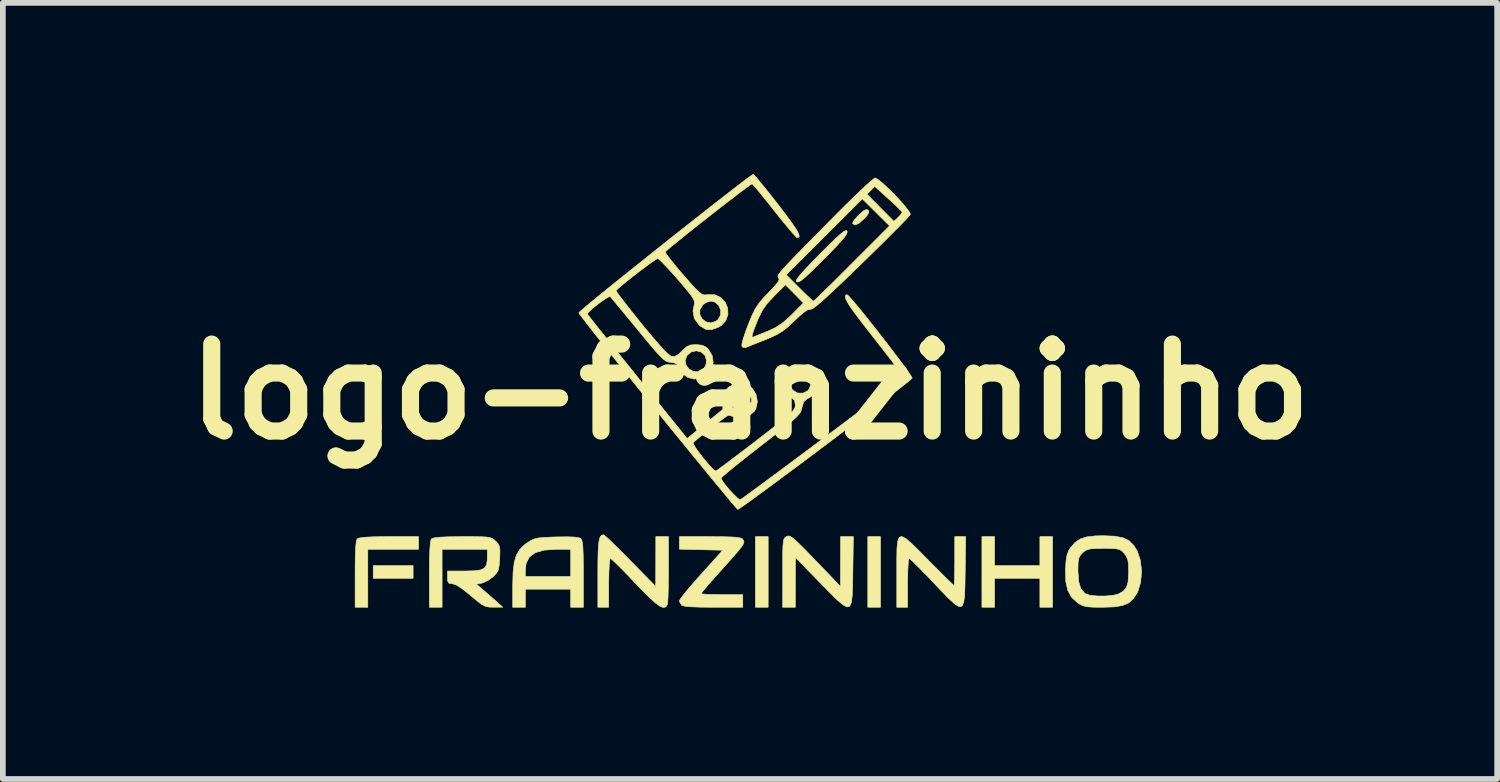
<source format=kicad_pcb>
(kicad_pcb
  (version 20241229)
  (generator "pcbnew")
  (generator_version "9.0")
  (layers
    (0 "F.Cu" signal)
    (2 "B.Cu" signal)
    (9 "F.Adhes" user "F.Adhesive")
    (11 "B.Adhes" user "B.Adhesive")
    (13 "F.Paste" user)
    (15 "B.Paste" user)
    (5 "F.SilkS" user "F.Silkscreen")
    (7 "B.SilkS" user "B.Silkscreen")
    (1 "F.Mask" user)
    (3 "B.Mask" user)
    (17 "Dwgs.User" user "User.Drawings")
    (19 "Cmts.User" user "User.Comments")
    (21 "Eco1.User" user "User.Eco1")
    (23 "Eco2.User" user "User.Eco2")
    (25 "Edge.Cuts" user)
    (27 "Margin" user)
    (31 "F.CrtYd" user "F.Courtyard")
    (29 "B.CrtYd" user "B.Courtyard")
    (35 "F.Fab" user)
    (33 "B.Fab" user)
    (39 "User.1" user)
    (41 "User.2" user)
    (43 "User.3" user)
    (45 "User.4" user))
  (footprint "logo-franzininho"
    (layer "F.Cu")
    (at 10.095 3.815)
    (property "Reference" "logo-franzininho" (at 0 0 0) (layer "F.SilkS") (effects (font (size 1.524 1.524) (thickness 0.3))))
    (attr through_hole)
    (fp_poly (pts (xy -5.905 3.27) (xy -6.604 3.27) (xy -6.604 3.048) (xy -5.905 3.048) (xy -5.905 3.27)) (stroke (width 0.01) (type solid)) (fill yes) (layer "F.SilkS"))
    (fp_poly (pts (xy 0.318 3.778) (xy 0.095 3.778) (xy 0.095 2.54) (xy 0.318 2.54) (xy 0.318 3.778)) (stroke (width 0.01) (type solid)) (fill yes) (layer "F.SilkS"))
    (fp_poly (pts (xy 2.286 3.778) (xy 2.064 3.778) (xy 2.064 2.54) (xy 2.286 2.54) (xy 2.286 3.778)) (stroke (width 0.01) (type solid)) (fill yes) (layer "F.SilkS"))
    (fp_poly (pts (xy 4.286 3.048) (xy 5.08 3.048) (xy 5.08 2.54) (xy 5.302 2.54) (xy 5.302 3.778) (xy 5.08 3.778) (xy 5.08 3.27) (xy 4.286 3.27) (xy 4.286 3.778) (xy 4.064 3.778) (xy 4.064 2.54) (xy 4.286 2.54) (xy 4.286 3.048)) (stroke (width 0.01) (type solid)) (fill yes) (layer "F.SilkS"))
    (fp_poly (pts (xy 2.069 -3.183) (xy 2.07 -3.181) (xy 2.084 -3.147) (xy 2.058 -3.097) (xy 2 -3.032) (xy 1.906 -2.949) (xy 1.839 -2.922) (xy 1.797 -2.948) (xy 1.809 -2.982) (xy 1.856 -3.044) (xy 1.906 -3.097) (xy 1.985 -3.167) (xy 2.035 -3.194) (xy 2.069 -3.183)) (stroke (width 0.01) (type solid)) (fill yes) (layer "F.SilkS"))
    (fp_poly (pts (xy -5.81 2.762) (xy -6.699 2.762) (xy -6.699 3.778) (xy -6.921 3.778) (xy -6.921 3.197) (xy -6.92 2.963) (xy -6.915 2.788) (xy -6.906 2.668) (xy -6.894 2.598) (xy -6.883 2.578) (xy -6.84 2.562) (xy -6.747 2.55) (xy -6.598 2.543) (xy -6.39 2.54) (xy -6.328 2.54) (xy -5.81 2.54) (xy -5.81 2.762)) (stroke (width 0.01) (type solid)) (fill yes) (layer "F.SilkS"))
    (fp_poly (pts (xy 1.7 -2.817) (xy 1.702 -2.813) (xy 1.7 -2.781) (xy 1.671 -2.73) (xy 1.611 -2.656) (xy 1.516 -2.551) (xy 1.38 -2.41) (xy 1.33 -2.36) (xy 1.17 -2.2) (xy 1.047 -2.081) (xy 0.957 -1.998) (xy 0.894 -1.947) (xy 0.852 -1.924) (xy 0.825 -1.924) (xy 0.807 -1.94) (xy 0.822 -1.974) (xy 0.877 -2.045) (xy 0.969 -2.149) (xy 1.091 -2.278) (xy 1.233 -2.423) (xy 1.389 -2.578) (xy 1.506 -2.691) (xy 1.591 -2.767) (xy 1.648 -2.811) (xy 1.682 -2.826) (xy 1.7 -2.817)) (stroke (width 0.01) (type solid)) (fill yes) (layer "F.SilkS"))
    (fp_poly (pts (xy 0.697 2.532) (xy 0.738 2.556) (xy 0.796 2.603) (xy 0.877 2.681) (xy 0.989 2.793) (xy 1.137 2.947) (xy 1.147 2.957) (xy 1.585 3.413) (xy 1.586 2.977) (xy 1.587 2.54) (xy 1.811 2.54) (xy 1.802 3.151) (xy 1.799 3.389) (xy 1.792 3.569) (xy 1.777 3.691) (xy 1.748 3.759) (xy 1.7 3.773) (xy 1.628 3.736) (xy 1.526 3.649) (xy 1.39 3.514) (xy 1.224 3.344) (xy 0.796 2.905) (xy 0.795 3.342) (xy 0.794 3.778) (xy 0.572 3.778) (xy 0.572 3.176) (xy 0.572 2.967) (xy 0.573 2.812) (xy 0.577 2.702) (xy 0.584 2.629) (xy 0.594 2.584) (xy 0.61 2.558) (xy 0.632 2.542) (xy 0.64 2.537) (xy 0.666 2.528) (xy 0.697 2.532)) (stroke (width 0.01) (type solid)) (fill yes) (layer "F.SilkS"))
    (fp_poly (pts (xy -3.068 2.548) (xy -2.989 2.562) (xy -2.967 2.573) (xy -2.95 2.598) (xy -2.938 2.648) (xy -2.929 2.73) (xy -2.924 2.852) (xy -2.922 3.023) (xy -2.921 3.195) (xy -2.921 3.778) (xy -3.143 3.778) (xy -3.143 3.461) (xy -3.937 3.461) (xy -3.937 3.778) (xy -4.159 3.778) (xy -4.159 3.391) (xy -4.153 3.167) (xy -4.147 3.119) (xy -3.937 3.119) (xy -3.937 3.239) (xy -3.143 3.239) (xy -3.143 2.762) (xy -3.399 2.762) (xy -3.608 2.777) (xy -3.763 2.821) (xy -3.868 2.898) (xy -3.924 3.009) (xy -3.937 3.119) (xy -4.147 3.119) (xy -4.133 2.995) (xy -4.094 2.863) (xy -4.032 2.76) (xy -3.945 2.676) (xy -3.896 2.641) (xy -3.836 2.604) (xy -3.776 2.579) (xy -3.704 2.563) (xy -3.603 2.554) (xy -3.459 2.547) (xy -3.39 2.545) (xy -3.2 2.543) (xy -3.068 2.548)) (stroke (width 0.01) (type solid)) (fill yes) (layer "F.SilkS"))
    (fp_poly (pts (xy -0.497 2.541) (xy -0.346 2.545) (xy -0.242 2.551) (xy -0.175 2.562) (xy -0.138 2.577) (xy -0.128 2.586) (xy -0.112 2.61) (xy -0.107 2.635) (xy -0.118 2.67) (xy -0.151 2.721) (xy -0.209 2.794) (xy -0.299 2.898) (xy -0.423 3.037) (xy -0.5 3.123) (xy -0.618 3.255) (xy -0.72 3.371) (xy -0.798 3.462) (xy -0.846 3.521) (xy -0.857 3.538) (xy -0.828 3.545) (xy -0.747 3.551) (xy -0.628 3.555) (xy -0.492 3.556) (xy -0.127 3.556) (xy -0.127 3.778) (xy -0.645 3.778) (xy -0.867 3.776) (xy -1.031 3.77) (xy -1.138 3.76) (xy -1.194 3.745) (xy -1.2 3.74) (xy -1.234 3.685) (xy -1.238 3.662) (xy -1.218 3.627) (xy -1.161 3.553) (xy -1.076 3.449) (xy -0.967 3.323) (xy -0.858 3.2) (xy -0.478 2.778) (xy -1.238 2.76) (xy -1.238 2.54) (xy -0.702 2.54) (xy -0.497 2.541)) (stroke (width 0.01) (type solid)) (fill yes) (layer "F.SilkS"))
    (fp_poly (pts (xy -2.537 2.53) (xy -2.471 2.59) (xy -2.375 2.683) (xy -2.256 2.8) (xy -2.122 2.935) (xy -2.097 2.961) (xy -1.653 3.413) (xy -1.652 2.977) (xy -1.651 2.54) (xy -1.429 2.54) (xy -1.429 3.109) (xy -1.43 3.295) (xy -1.433 3.462) (xy -1.437 3.597) (xy -1.443 3.69) (xy -1.448 3.728) (xy -1.476 3.771) (xy -1.517 3.783) (xy -1.577 3.761) (xy -1.661 3.7) (xy -1.772 3.599) (xy -1.917 3.454) (xy -2.016 3.35) (xy -2.145 3.214) (xy -2.26 3.096) (xy -2.354 3.003) (xy -2.419 2.942) (xy -2.448 2.921) (xy -2.458 2.951) (xy -2.467 3.033) (xy -2.473 3.155) (xy -2.476 3.306) (xy -2.477 3.35) (xy -2.477 3.778) (xy -2.667 3.778) (xy -2.667 3.181) (xy -2.666 2.955) (xy -2.662 2.785) (xy -2.653 2.663) (xy -2.64 2.582) (xy -2.62 2.534) (xy -2.592 2.512) (xy -2.566 2.508) (xy -2.537 2.53)) (stroke (width 0.01) (type solid)) (fill yes) (layer "F.SilkS"))
    (fp_poly (pts (xy 2.732 2.574) (xy 2.833 2.661) (xy 2.97 2.796) (xy 3.118 2.946) (xy 3.255 3.084) (xy 3.375 3.204) (xy 3.473 3.301) (xy 3.542 3.367) (xy 3.574 3.397) (xy 3.576 3.397) (xy 3.58 3.367) (xy 3.584 3.286) (xy 3.586 3.164) (xy 3.588 3.013) (xy 3.588 2.969) (xy 3.588 2.54) (xy 3.78 2.54) (xy 3.771 3.151) (xy 3.767 3.391) (xy 3.761 3.572) (xy 3.745 3.693) (xy 3.716 3.758) (xy 3.668 3.769) (xy 3.595 3.727) (xy 3.493 3.635) (xy 3.355 3.494) (xy 3.22 3.351) (xy 3.091 3.216) (xy 2.975 3.098) (xy 2.881 3.004) (xy 2.816 2.943) (xy 2.788 2.921) (xy 2.788 2.921) (xy 2.778 2.951) (xy 2.771 3.033) (xy 2.765 3.155) (xy 2.762 3.306) (xy 2.762 3.35) (xy 2.762 3.778) (xy 2.572 3.778) (xy 2.572 3.179) (xy 2.572 2.933) (xy 2.575 2.747) (xy 2.588 2.621) (xy 2.615 2.552) (xy 2.661 2.537) (xy 2.732 2.574)) (stroke (width 0.01) (type solid)) (fill yes) (layer "F.SilkS"))
    (fp_poly (pts (xy -4.851 2.54) (xy -4.715 2.542) (xy -4.621 2.547) (xy -4.558 2.557) (xy -4.515 2.573) (xy -4.483 2.596) (xy -4.456 2.621) (xy -4.413 2.67) (xy -4.39 2.72) (xy -4.383 2.791) (xy -4.386 2.903) (xy -4.387 2.927) (xy -4.397 3.048) (xy -4.413 3.126) (xy -4.443 3.182) (xy -4.496 3.236) (xy -4.504 3.243) (xy -4.592 3.307) (xy -4.682 3.35) (xy -4.702 3.355) (xy -4.796 3.374) (xy -4.661 3.489) (xy -4.563 3.573) (xy -4.468 3.656) (xy -4.43 3.69) (xy -4.334 3.776) (xy -4.495 3.777) (xy -4.572 3.775) (xy -4.634 3.763) (xy -4.695 3.733) (xy -4.772 3.676) (xy -4.88 3.587) (xy -4.897 3.572) (xy -5.044 3.454) (xy -5.152 3.386) (xy -5.22 3.365) (xy -5.276 3.358) (xy -5.298 3.322) (xy -5.302 3.254) (xy -5.302 3.143) (xy -5.003 3.143) (xy -4.837 3.139) (xy -4.724 3.124) (xy -4.654 3.091) (xy -4.618 3.035) (xy -4.605 2.949) (xy -4.604 2.903) (xy -4.604 2.762) (xy -5.397 2.762) (xy -5.397 3.778) (xy -5.62 3.778) (xy -5.62 3.197) (xy -5.618 2.963) (xy -5.613 2.788) (xy -5.604 2.668) (xy -5.592 2.598) (xy -5.582 2.578) (xy -5.538 2.562) (xy -5.442 2.55) (xy -5.291 2.543) (xy -5.081 2.54) (xy -5.04 2.54) (xy -4.851 2.54)) (stroke (width 0.01) (type solid)) (fill yes) (layer "F.SilkS"))
    (fp_poly (pts (xy 6.387 2.532) (xy 6.534 2.559) (xy 6.642 2.611) (xy 6.725 2.693) (xy 6.787 2.794) (xy 6.842 2.959) (xy 6.862 3.149) (xy 6.846 3.34) (xy 6.795 3.506) (xy 6.786 3.524) (xy 6.718 3.628) (xy 6.637 3.701) (xy 6.53 3.747) (xy 6.385 3.771) (xy 6.191 3.778) (xy 6.175 3.778) (xy 6.024 3.777) (xy 5.921 3.77) (xy 5.847 3.755) (xy 5.788 3.73) (xy 5.744 3.702) (xy 5.638 3.606) (xy 5.569 3.483) (xy 5.534 3.324) (xy 5.529 3.145) (xy 5.747 3.145) (xy 5.76 3.327) (xy 5.799 3.456) (xy 5.868 3.535) (xy 5.946 3.565) (xy 6.085 3.581) (xy 6.237 3.581) (xy 6.374 3.566) (xy 6.46 3.543) (xy 6.543 3.496) (xy 6.596 3.433) (xy 6.625 3.337) (xy 6.635 3.197) (xy 6.636 3.147) (xy 6.632 3.021) (xy 6.619 2.937) (xy 6.59 2.876) (xy 6.559 2.835) (xy 6.519 2.793) (xy 6.478 2.767) (xy 6.419 2.753) (xy 6.327 2.747) (xy 6.197 2.746) (xy 6.057 2.748) (xy 5.964 2.755) (xy 5.903 2.771) (xy 5.856 2.799) (xy 5.829 2.823) (xy 5.787 2.869) (xy 5.762 2.919) (xy 5.75 2.993) (xy 5.747 3.107) (xy 5.747 3.145) (xy 5.529 3.145) (xy 5.529 3.117) (xy 5.529 3.107) (xy 5.539 2.961) (xy 5.556 2.861) (xy 5.584 2.786) (xy 5.614 2.738) (xy 5.694 2.645) (xy 5.784 2.582) (xy 5.9 2.545) (xy 6.054 2.527) (xy 6.191 2.524) (xy 6.387 2.532)) (stroke (width 0.01) (type solid)) (fill yes) (layer "F.SilkS"))
    (fp_poly (pts (xy 2.236 -3.725) (xy 2.31 -3.666) (xy 2.404 -3.581) (xy 2.506 -3.481) (xy 2.608 -3.374) (xy 2.698 -3.273) (xy 2.767 -3.187) (xy 2.806 -3.126) (xy 2.809 -3.106) (xy 2.783 -3.073) (xy 2.716 -3.001) (xy 2.614 -2.896) (xy 2.481 -2.763) (xy 2.324 -2.606) (xy 2.147 -2.432) (xy 1.956 -2.245) (xy 1.95 -2.239) (xy 1.715 -2.012) (xy 1.521 -1.827) (xy 1.365 -1.681) (xy 1.245 -1.573) (xy 1.156 -1.499) (xy 1.096 -1.456) (xy 1.062 -1.442) (xy 1.057 -1.443) (xy 1.013 -1.436) (xy 0.942 -1.39) (xy 0.838 -1.3) (xy 0.78 -1.244) (xy 0.662 -1.134) (xy 0.561 -1.055) (xy 0.453 -0.992) (xy 0.317 -0.931) (xy 0.254 -0.906) (xy 0.123 -0.854) (xy 0.013 -0.81) (xy -0.063 -0.78) (xy -0.087 -0.771) (xy -0.131 -0.781) (xy -0.144 -0.802) (xy -0.14 -0.848) (xy -0.116 -0.94) (xy -0.106 -0.968) (xy 0.034 -0.968) (xy 0.044 -0.955) (xy 0.056 -0.958) (xy 0.095 -0.974) (xy 0.177 -1.007) (xy 0.285 -1.051) (xy 0.307 -1.059) (xy 0.45 -1.126) (xy 0.572 -1.206) (xy 0.697 -1.317) (xy 0.734 -1.353) (xy 0.935 -1.555) (xy 0.778 -1.715) (xy 0.621 -1.874) (xy 0.423 -1.677) (xy 0.304 -1.549) (xy 0.219 -1.43) (xy 0.149 -1.291) (xy 0.128 -1.24) (xy 0.074 -1.103) (xy 0.043 -1.015) (xy 0.034 -0.968) (xy -0.106 -0.968) (xy -0.075 -1.062) (xy -0.031 -1.178) (xy 0.033 -1.334) (xy 0.089 -1.449) (xy 0.151 -1.543) (xy 0.229 -1.637) (xy 0.32 -1.732) (xy 0.423 -1.84) (xy 0.485 -1.913) (xy 0.51 -1.961) (xy 0.504 -1.991) (xy 0.502 -1.994) (xy 0.492 -2.006) (xy 0.488 -2.021) (xy 0.495 -2.042) (xy 0.499 -2.049) (xy 0.635 -2.049) (xy 0.865 -1.818) (xy 0.962 -1.722) (xy 1.042 -1.646) (xy 1.095 -1.598) (xy 1.111 -1.587) (xy 1.137 -1.609) (xy 1.202 -1.67) (xy 1.3 -1.765) (xy 1.426 -1.888) (xy 1.573 -2.034) (xy 1.737 -2.198) (xy 1.786 -2.247) (xy 2.445 -2.906) (xy 2.207 -3.143) (xy 1.968 -3.38) (xy 1.302 -2.715) (xy 0.635 -2.049) (xy 0.499 -2.049) (xy 0.516 -2.075) (xy 0.554 -2.122) (xy 0.613 -2.189) (xy 0.697 -2.279) (xy 0.81 -2.396) (xy 0.954 -2.544) (xy 1.135 -2.727) (xy 1.355 -2.95) (xy 1.46 -3.056) (xy 1.631 -3.228) (xy 1.79 -3.384) (xy 1.87 -3.461) (xy 2.05 -3.461) (xy 2.521 -2.986) (xy 2.594 -3.054) (xy 2.645 -3.108) (xy 2.667 -3.143) (xy 2.667 -3.143) (xy 2.645 -3.172) (xy 2.585 -3.233) (xy 2.498 -3.316) (xy 2.426 -3.381) (xy 2.186 -3.597) (xy 2.05 -3.461) (xy 1.87 -3.461) (xy 1.931 -3.52) (xy 2.047 -3.628) (xy 2.133 -3.704) (xy 2.183 -3.743) (xy 2.191 -3.747) (xy 2.236 -3.725)) (stroke (width 0.01) (type solid)) (fill yes) (layer "F.SilkS"))
    (fp_poly (pts (xy 0.082 -3.786) (xy 0.14 -3.719) (xy 0.225 -3.616) (xy 0.33 -3.486) (xy 0.45 -3.334) (xy 0.487 -3.286) (xy 0.633 -3.096) (xy 0.74 -2.949) (xy 0.813 -2.841) (xy 0.853 -2.767) (xy 0.863 -2.722) (xy 0.846 -2.702) (xy 0.826 -2.699) (xy 0.798 -2.723) (xy 0.738 -2.789) (xy 0.653 -2.89) (xy 0.548 -3.017) (xy 0.431 -3.164) (xy 0.429 -3.167) (xy 0.311 -3.315) (xy 0.207 -3.444) (xy 0.123 -3.547) (xy 0.064 -3.616) (xy 0.038 -3.643) (xy 0.038 -3.643) (xy 0.008 -3.626) (xy -0.063 -3.575) (xy -0.169 -3.497) (xy -0.302 -3.395) (xy -0.454 -3.278) (xy -0.619 -3.15) (xy -0.788 -3.017) (xy -0.955 -2.886) (xy -1.111 -2.762) (xy -1.249 -2.65) (xy -1.362 -2.558) (xy -1.443 -2.49) (xy -1.483 -2.453) (xy -1.486 -2.448) (xy -1.469 -2.416) (xy -1.417 -2.345) (xy -1.337 -2.245) (xy -1.236 -2.123) (xy -1.173 -2.051) (xy -1.05 -1.91) (xy -0.961 -1.811) (xy -0.896 -1.747) (xy -0.848 -1.711) (xy -0.81 -1.697) (xy -0.771 -1.697) (xy -0.746 -1.701) (xy -0.617 -1.699) (xy -0.512 -1.651) (xy -0.435 -1.569) (xy -0.392 -1.466) (xy -0.387 -1.354) (xy -0.423 -1.248) (xy -0.505 -1.159) (xy -0.557 -1.129) (xy -0.677 -1.086) (xy -0.776 -1.093) (xy -0.872 -1.151) (xy -0.894 -1.17) (xy -0.976 -1.282) (xy -0.989 -1.352) (xy -0.879 -1.352) (xy -0.84 -1.277) (xy -0.774 -1.224) (xy -0.69 -1.206) (xy -0.6 -1.233) (xy -0.566 -1.259) (xy -0.517 -1.34) (xy -0.514 -1.432) (xy -0.552 -1.516) (xy -0.622 -1.574) (xy -0.688 -1.587) (xy -0.766 -1.566) (xy -0.826 -1.524) (xy -0.878 -1.438) (xy -0.879 -1.352) (xy -0.989 -1.352) (xy -1 -1.417) (xy -0.975 -1.542) (xy -0.973 -1.577) (xy -0.992 -1.624) (xy -1.037 -1.693) (xy -1.114 -1.79) (xy -1.227 -1.924) (xy -1.268 -1.971) (xy -1.38 -2.097) (xy -1.479 -2.204) (xy -1.557 -2.284) (xy -1.606 -2.328) (xy -1.617 -2.334) (xy -1.653 -2.315) (xy -1.727 -2.266) (xy -1.826 -2.193) (xy -1.941 -2.107) (xy -2.059 -2.016) (xy -2.17 -1.928) (xy -2.263 -1.851) (xy -2.326 -1.795) (xy -2.348 -1.769) (xy -2.329 -1.738) (xy -2.276 -1.666) (xy -2.194 -1.559) (xy -2.089 -1.425) (xy -1.966 -1.271) (xy -1.903 -1.193) (xy -1.725 -0.977) (xy -1.582 -0.812) (xy -1.475 -0.697) (xy -1.402 -0.634) (xy -1.378 -0.621) (xy -1.318 -0.619) (xy -1.257 -0.652) (xy -1.194 -0.713) (xy -1.116 -0.785) (xy -1.045 -0.818) (xy -0.948 -0.826) (xy -0.946 -0.826) (xy -0.835 -0.814) (xy -0.758 -0.774) (xy -0.738 -0.754) (xy -0.664 -0.636) (xy -0.645 -0.513) (xy -0.676 -0.398) (xy -0.75 -0.302) (xy -0.862 -0.24) (xy -0.978 -0.222) (xy -1.088 -0.249) (xy -1.185 -0.317) (xy -1.246 -0.41) (xy -1.251 -0.426) (xy -1.278 -0.481) (xy -1.336 -0.507) (xy -1.389 -0.514) (xy -1.429 -0.52) (xy -1.468 -0.534) (xy -1.494 -0.552) (xy -1.137 -0.552) (xy -1.123 -0.468) (xy -1.071 -0.4) (xy -0.996 -0.356) (xy -0.909 -0.348) (xy -0.825 -0.387) (xy -0.812 -0.399) (xy -0.775 -0.467) (xy -0.762 -0.541) (xy -0.788 -0.634) (xy -0.853 -0.694) (xy -0.94 -0.717) (xy -1.031 -0.697) (xy -1.102 -0.638) (xy -1.137 -0.552) (xy -1.494 -0.552) (xy -1.511 -0.563) (xy -1.565 -0.613) (xy -1.637 -0.69) (xy -1.731 -0.799) (xy -1.854 -0.947) (xy -1.968 -1.085) (xy -2.101 -1.247) (xy -2.221 -1.392) (xy -2.321 -1.513) (xy -2.397 -1.604) (xy -2.441 -1.657) (xy -2.45 -1.667) (xy -2.482 -1.659) (xy -2.547 -1.62) (xy -2.631 -1.561) (xy -2.717 -1.495) (xy -2.792 -1.431) (xy -2.84 -1.382) (xy -2.85 -1.361) (xy -2.829 -1.332) (xy -2.772 -1.259) (xy -2.683 -1.146) (xy -2.567 -1) (xy -2.427 -0.825) (xy -2.268 -0.626) (xy -2.093 -0.409) (xy -1.972 -0.258) (xy -1.102 0.821) (xy -0.476 0.309) (xy -0.476 0.198) (xy -0.343 0.198) (xy -0.3 0.282) (xy -0.278 0.301) (xy -0.182 0.34) (xy -0.094 0.318) (xy -0.02 0.245) (xy 0.022 0.179) (xy 0.026 0.13) (xy -0.002 0.07) (xy -0.07 0.001) (xy -0.163 -0.028) (xy -0.255 -0.013) (xy -0.298 0.016) (xy -0.343 0.101) (xy -0.343 0.198) (xy -0.476 0.198) (xy -0.476 0.157) (xy -0.47 0.056) (xy -0.443 -0.012) (xy -0.382 -0.073) (xy -0.379 -0.077) (xy -0.255 -0.147) (xy -0.129 -0.156) (xy -0.01 -0.104) (xy 0.034 -0.066) (xy 0.105 0.044) (xy 0.129 0.173) (xy 0.103 0.297) (xy 0.079 0.34) (xy -0.007 0.414) (xy -0.122 0.455) (xy -0.24 0.454) (xy -0.267 0.445) (xy -0.339 0.422) (xy -0.381 0.413) (xy -0.412 0.431) (xy -0.481 0.481) (xy -0.576 0.552) (xy -0.685 0.637) (xy -0.796 0.724) (xy -0.897 0.807) (xy -0.978 0.875) (xy -0.996 0.891) (xy -0.989 0.923) (xy -0.949 0.99) (xy -0.886 1.077) (xy -0.811 1.173) (xy -0.734 1.265) (xy -0.666 1.339) (xy -0.616 1.383) (xy -0.598 1.39) (xy -0.566 1.369) (xy -0.492 1.314) (xy -0.38 1.231) (xy -0.239 1.124) (xy -0.074 0.999) (xy 0.107 0.861) (xy 0.111 0.857) (xy 0.315 0.7) (xy 0.474 0.576) (xy 0.593 0.481) (xy 0.679 0.408) (xy 0.736 0.353) (xy 0.77 0.311) (xy 0.788 0.276) (xy 0.793 0.244) (xy 0.794 0.232) (xy 0.78 0.151) (xy 0.733 0.112) (xy 0.728 0.111) (xy 0.657 0.058) (xy 0.605 -0.036) (xy 0.58 -0.151) (xy 0.58 -0.152) (xy 0.697 -0.152) (xy 0.724 -0.062) (xy 0.751 -0.026) (xy 0.833 0.023) (xy 0.928 0.026) (xy 1.011 -0.016) (xy 1.03 -0.039) (xy 1.075 -0.14) (xy 1.059 -0.231) (xy 1.016 -0.286) (xy 0.93 -0.339) (xy 0.843 -0.341) (xy 0.768 -0.303) (xy 0.715 -0.236) (xy 0.697 -0.152) (xy 0.58 -0.152) (xy 0.585 -0.236) (xy 0.627 -0.343) (xy 0.708 -0.414) (xy 0.839 -0.469) (xy 0.96 -0.462) (xy 1.076 -0.393) (xy 1.086 -0.384) (xy 1.156 -0.308) (xy 1.185 -0.23) (xy 1.189 -0.165) (xy 1.162 -0.028) (xy 1.084 0.077) (xy 0.997 0.128) (xy 0.941 0.177) (xy 0.91 0.278) (xy 0.91 0.279) (xy 0.901 0.318) (xy 0.886 0.355) (xy 0.858 0.396) (xy 0.812 0.445) (xy 0.742 0.509) (xy 0.643 0.592) (xy 0.508 0.699) (xy 0.332 0.837) (xy 0.19 0.947) (xy 0.008 1.089) (xy -0.156 1.219) (xy -0.296 1.332) (xy -0.405 1.422) (xy -0.478 1.484) (xy -0.507 1.514) (xy -0.507 1.515) (xy -0.486 1.561) (xy -0.434 1.632) (xy -0.365 1.715) (xy -0.291 1.795) (xy -0.225 1.859) (xy -0.18 1.891) (xy -0.171 1.892) (xy -0.138 1.871) (xy -0.061 1.815) (xy 0.055 1.731) (xy 0.205 1.621) (xy 0.383 1.489) (xy 0.582 1.341) (xy 0.799 1.18) (xy 1.027 1.01) (xy 1.26 0.836) (xy 1.494 0.661) (xy 1.722 0.49) (xy 1.939 0.327) (xy 2.139 0.176) (xy 2.317 0.041) (xy 2.467 -0.074) (xy 2.584 -0.164) (xy 2.663 -0.225) (xy 2.696 -0.253) (xy 2.697 -0.254) (xy 2.679 -0.282) (xy 2.626 -0.354) (xy 2.544 -0.462) (xy 2.438 -0.599) (xy 2.313 -0.76) (xy 2.175 -0.937) (xy 2.007 -1.152) (xy 1.877 -1.322) (xy 1.781 -1.454) (xy 1.716 -1.552) (xy 1.68 -1.621) (xy 1.668 -1.666) (xy 1.679 -1.692) (xy 1.699 -1.702) (xy 1.726 -1.68) (xy 1.784 -1.615) (xy 1.87 -1.515) (xy 1.975 -1.387) (xy 2.094 -1.238) (xy 2.222 -1.077) (xy 2.351 -0.911) (xy 2.477 -0.747) (xy 2.593 -0.594) (xy 2.694 -0.459) (xy 2.773 -0.349) (xy 2.824 -0.273) (xy 2.842 -0.238) (xy 2.817 -0.214) (xy 2.747 -0.156) (xy 2.636 -0.068) (xy 2.491 0.045) (xy 2.316 0.18) (xy 2.117 0.333) (xy 1.899 0.499) (xy 1.668 0.674) (xy 1.429 0.855) (xy 1.187 1.037) (xy 0.948 1.216) (xy 0.717 1.388) (xy 0.5 1.549) (xy 0.302 1.696) (xy 0.128 1.823) (xy -0.016 1.928) (xy -0.125 2.005) (xy -0.193 2.052) (xy -0.215 2.063) (xy -0.239 2.039) (xy -0.299 1.97) (xy -0.392 1.859) (xy -0.515 1.71) (xy -0.665 1.529) (xy -0.839 1.317) (xy -1.033 1.08) (xy -1.243 0.822) (xy -1.468 0.546) (xy -1.619 0.359) (xy -1.851 0.073) (xy -2.07 -0.199) (xy -2.274 -0.452) (xy -2.459 -0.684) (xy -2.622 -0.89) (xy -2.76 -1.065) (xy -2.87 -1.206) (xy -2.949 -1.309) (xy -2.992 -1.369) (xy -3 -1.383) (xy -2.976 -1.408) (xy -2.907 -1.468) (xy -2.799 -1.559) (xy -2.656 -1.676) (xy -2.484 -1.816) (xy -2.288 -1.974) (xy -2.073 -2.146) (xy -1.845 -2.328) (xy -1.609 -2.517) (xy -1.37 -2.707) (xy -1.133 -2.894) (xy -0.903 -3.075) (xy -0.686 -3.246) (xy -0.487 -3.401) (xy -0.311 -3.537) (xy -0.164 -3.651) (xy -0.05 -3.737) (xy 0.025 -3.791) (xy 0.056 -3.81) (xy 0.082 -3.786)) (stroke (width 0.01) (type solid)) (fill yes) (layer "F.SilkS")))
  (gr_rect
    (start -3 -3)
    (end 23.189 10.603)
    (stroke (width 0.1) (type default))
    (fill no)
    (layer "Edge.Cuts")))
</source>
